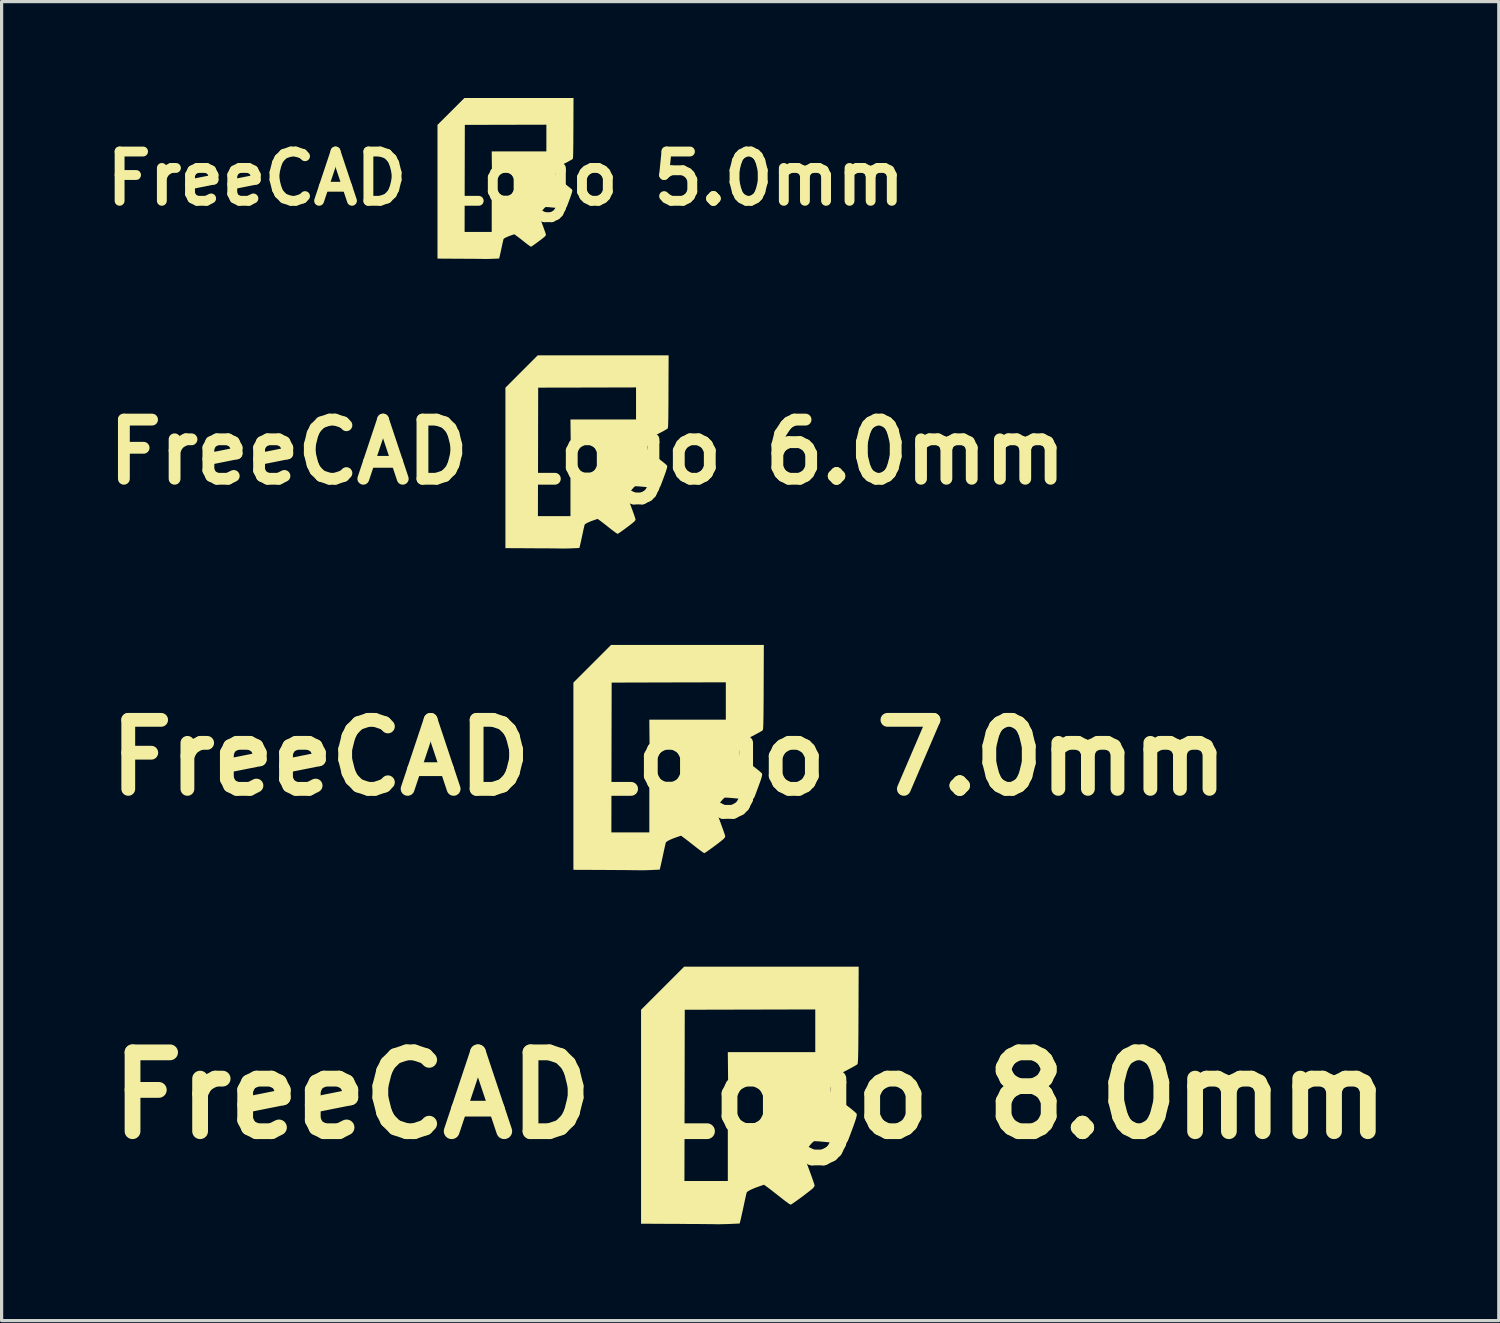
<source format=kicad_pcb>
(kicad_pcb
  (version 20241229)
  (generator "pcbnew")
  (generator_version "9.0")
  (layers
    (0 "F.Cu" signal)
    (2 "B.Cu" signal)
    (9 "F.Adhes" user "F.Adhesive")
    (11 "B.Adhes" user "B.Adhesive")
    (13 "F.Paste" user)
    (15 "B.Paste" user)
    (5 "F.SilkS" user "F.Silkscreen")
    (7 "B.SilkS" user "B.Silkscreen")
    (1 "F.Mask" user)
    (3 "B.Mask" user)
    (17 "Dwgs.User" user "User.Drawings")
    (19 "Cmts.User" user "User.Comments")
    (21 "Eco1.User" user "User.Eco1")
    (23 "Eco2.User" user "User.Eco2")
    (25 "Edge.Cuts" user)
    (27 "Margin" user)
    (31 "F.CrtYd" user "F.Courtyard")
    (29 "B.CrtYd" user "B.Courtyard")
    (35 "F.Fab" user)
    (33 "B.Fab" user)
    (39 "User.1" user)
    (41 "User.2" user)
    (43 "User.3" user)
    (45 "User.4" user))
  (footprint "FreeCAD Logo 5.0mm"
    (layer "F.Cu")
    (at 12.689 2.506)
    (property "Reference" "FreeCAD Logo 5.0mm" (at 0 0 180) (layer "F.SilkS") (effects (font (size 1.534 1.534) (thickness 0.307))))
    (attr board_only exclude_from_pos_files exclude_from_bom)
    (fp_poly (pts (xy 2.107 -1.568) (xy 2.106 -1.386) (xy 2.105 -1.228) (xy 2.105 -1.092) (xy 2.103 -0.977) (xy 2.102 -0.881) (xy 2.101 -0.802) (xy 2.099 -0.74) (xy 2.097 -0.691) (xy 2.095 -0.656) (xy 2.092 -0.631) (xy 2.089 -0.616) (xy 2.086 -0.609) (xy 2.07 -0.597) (xy 2.034 -0.576) (xy 1.983 -0.547) (xy 1.921 -0.513) (xy 1.851 -0.477) (xy 1.84 -0.472) (xy 1.769 -0.435) (xy 1.705 -0.4) (xy 1.652 -0.371) (xy 1.614 -0.348) (xy 1.594 -0.334) (xy 1.593 -0.333) (xy 1.58 -0.306) (xy 1.57 -0.262) (xy 1.564 -0.207) (xy 1.562 -0.15) (xy 1.564 -0.099) (xy 1.571 -0.06) (xy 1.576 -0.048) (xy 1.592 -0.032) (xy 1.625 -0.003) (xy 1.672 0.035) (xy 1.73 0.08) (xy 1.796 0.13) (xy 1.826 0.153) (xy 1.894 0.204) (xy 1.955 0.252) (xy 2.006 0.294) (xy 2.044 0.327) (xy 2.067 0.349) (xy 2.071 0.355) (xy 2.074 0.368) (xy 2.072 0.388) (xy 2.066 0.418) (xy 2.054 0.46) (xy 2.036 0.515) (xy 2.011 0.587) (xy 1.978 0.676) (xy 1.937 0.787) (xy 1.918 0.835) (xy 1.905 0.869) (xy 1.892 0.896) (xy 1.876 0.914) (xy 1.854 0.927) (xy 1.823 0.933) (xy 1.779 0.933) (xy 1.719 0.929) (xy 1.639 0.922) (xy 1.554 0.912) (xy 1.47 0.904) (xy 1.394 0.897) (xy 1.329 0.891) (xy 1.279 0.888) (xy 1.249 0.888) (xy 1.243 0.889) (xy 1.222 0.902) (xy 1.193 0.933) (xy 1.158 0.974) (xy 1.122 1.021) (xy 1.089 1.068) (xy 1.064 1.109) (xy 1.05 1.14) (xy 1.049 1.148) (xy 1.053 1.169) (xy 1.065 1.209) (xy 1.084 1.265) (xy 1.108 1.334) (xy 1.136 1.412) (xy 1.151 1.453) (xy 1.18 1.533) (xy 1.206 1.606) (xy 1.228 1.667) (xy 1.243 1.715) (xy 1.252 1.744) (xy 1.253 1.75) (xy 1.244 1.773) (xy 1.223 1.801) (xy 1.218 1.805) (xy 1.189 1.83) (xy 1.147 1.864) (xy 1.096 1.904) (xy 1.038 1.947) (xy 0.979 1.991) (xy 0.922 2.033) (xy 0.87 2.07) (xy 0.828 2.099) (xy 0.799 2.117) (xy 0.787 2.123) (xy 0.772 2.115) (xy 0.74 2.094) (xy 0.696 2.062) (xy 0.642 2.021) (xy 0.588 1.979) (xy 0.524 1.928) (xy 0.462 1.879) (xy 0.406 1.836) (xy 0.361 1.802) (xy 0.338 1.785) (xy 0.27 1.735) (xy 0.183 1.764) (xy 0.101 1.794) (xy 0.032 1.823) (xy -0.022 1.849) (xy -0.056 1.873) (xy -0.069 1.888) (xy -0.074 1.908) (xy -0.083 1.948) (xy -0.096 2.004) (xy -0.111 2.073) (xy -0.127 2.15) (xy -0.128 2.155) (xy -0.145 2.233) (xy -0.161 2.307) (xy -0.175 2.369) (xy -0.186 2.416) (xy -0.192 2.443) (xy -0.192 2.444) (xy -0.205 2.49) (xy -0.398 2.498) (xy -0.473 2.501) (xy -0.545 2.503) (xy -0.607 2.504) (xy -0.653 2.504) (xy -0.664 2.503) (xy -0.69 2.503) (xy -0.739 2.502) (xy -0.809 2.501) (xy -0.896 2.5) (xy -0.998 2.499) (xy -1.112 2.499) (xy -1.236 2.498) (xy -1.367 2.497) (xy -1.429 2.497) (xy -2.123 2.493) (xy -2.123 1.662) (xy -1.279 1.662) (xy -0.857 1.662) (xy -0.435 1.662) (xy -0.435 1.1) (xy -0.435 0.537) (xy -0.013 0.537) (xy 0.409 0.537) (xy 0.409 0.166) (xy 0.409 -0.204) (xy -0.01 -0.208) (xy -0.428 -0.211) (xy -0.432 -0.527) (xy -0.435 -0.844) (xy 0.415 -0.844) (xy 1.266 -0.844) (xy 1.266 -1.26) (xy 1.266 -1.675) (xy -0.003 -1.672) (xy -1.272 -1.669) (xy -1.276 -0.003) (xy -1.279 1.662) (xy -2.123 1.662) (xy -2.123 0.412) (xy -2.123 -1.669) (xy -1.704 -2.087) (xy -1.285 -2.506) (xy 0.413 -2.506) (xy 2.111 -2.506)) (stroke (width 0) (type solid)) (fill yes) (layer "F.SilkS")))
  (footprint "FreeCAD Logo 8.0mm"
    (layer "F.Cu")
    (at 20.298 31.047)
    (property "Reference" "FreeCAD Logo 8.0mm" (at 0 0 180) (layer "F.SilkS") (effects (font (size 2.454 2.454) (thickness 0.491))))
    (attr board_only exclude_from_pos_files exclude_from_bom)
    (fp_poly (pts (xy 3.371 -2.509) (xy 3.37 -2.218) (xy 3.369 -1.965) (xy 3.367 -1.747) (xy 3.366 -1.563) (xy 3.364 -1.409) (xy 3.361 -1.284) (xy 3.359 -1.184) (xy 3.355 -1.106) (xy 3.352 -1.049) (xy 3.347 -1.01) (xy 3.343 -0.986) (xy 3.338 -0.975) (xy 3.311 -0.955) (xy 3.254 -0.921) (xy 3.173 -0.875) (xy 3.073 -0.822) (xy 2.961 -0.763) (xy 2.945 -0.755) (xy 2.831 -0.696) (xy 2.729 -0.641) (xy 2.644 -0.593) (xy 2.582 -0.557) (xy 2.55 -0.535) (xy 2.548 -0.533) (xy 2.528 -0.49) (xy 2.513 -0.419) (xy 2.503 -0.331) (xy 2.499 -0.24) (xy 2.502 -0.158) (xy 2.513 -0.096) (xy 2.521 -0.077) (xy 2.547 -0.051) (xy 2.6 -0.006) (xy 2.675 0.056) (xy 2.768 0.129) (xy 2.873 0.209) (xy 2.922 0.245) (xy 3.03 0.327) (xy 3.128 0.403) (xy 3.21 0.47) (xy 3.271 0.523) (xy 3.307 0.558) (xy 3.313 0.567) (xy 3.318 0.589) (xy 3.316 0.622) (xy 3.306 0.669) (xy 3.287 0.736) (xy 3.258 0.824) (xy 3.218 0.939) (xy 3.165 1.082) (xy 3.099 1.259) (xy 3.07 1.336) (xy 3.048 1.391) (xy 3.027 1.433) (xy 3.002 1.463) (xy 2.967 1.482) (xy 2.917 1.492) (xy 2.846 1.493) (xy 2.75 1.487) (xy 2.623 1.475) (xy 2.486 1.46) (xy 2.352 1.446) (xy 2.23 1.435) (xy 2.126 1.426) (xy 2.046 1.422) (xy 1.998 1.421) (xy 1.989 1.422) (xy 1.956 1.444) (xy 1.908 1.492) (xy 1.852 1.558) (xy 1.795 1.633) (xy 1.743 1.708) (xy 1.703 1.775) (xy 1.68 1.824) (xy 1.678 1.838) (xy 1.685 1.87) (xy 1.704 1.934) (xy 1.734 2.024) (xy 1.772 2.135) (xy 1.817 2.259) (xy 1.841 2.325) (xy 1.888 2.452) (xy 1.93 2.569) (xy 1.964 2.668) (xy 1.99 2.743) (xy 2.003 2.79) (xy 2.005 2.801) (xy 1.991 2.837) (xy 1.956 2.882) (xy 1.949 2.889) (xy 1.903 2.928) (xy 1.835 2.982) (xy 1.753 3.046) (xy 1.661 3.116) (xy 1.567 3.186) (xy 1.475 3.253) (xy 1.392 3.312) (xy 1.325 3.358) (xy 1.278 3.388) (xy 1.26 3.396) (xy 1.235 3.384) (xy 1.184 3.35) (xy 1.113 3.299) (xy 1.027 3.234) (xy 0.941 3.166) (xy 0.838 3.085) (xy 0.738 3.007) (xy 0.649 2.938) (xy 0.578 2.883) (xy 0.541 2.856) (xy 0.432 2.776) (xy 0.293 2.823) (xy 0.162 2.87) (xy 0.051 2.916) (xy -0.035 2.959) (xy -0.09 2.996) (xy -0.11 3.021) (xy -0.118 3.052) (xy -0.133 3.116) (xy -0.153 3.207) (xy -0.177 3.317) (xy -0.203 3.439) (xy -0.205 3.448) (xy -0.232 3.574) (xy -0.258 3.69) (xy -0.28 3.791) (xy -0.297 3.866) (xy -0.308 3.91) (xy -0.308 3.91) (xy -0.327 3.983) (xy -0.637 3.997) (xy -0.757 4.001) (xy -0.872 4.004) (xy -0.972 4.006) (xy -1.045 4.006) (xy -1.062 4.005) (xy -1.104 4.004) (xy -1.183 4.003) (xy -1.294 4.002) (xy -1.433 4) (xy -1.597 3.999) (xy -1.78 3.998) (xy -1.978 3.997) (xy -2.188 3.995) (xy -2.286 3.995) (xy -3.396 3.989) (xy -3.396 2.66) (xy -2.046 2.66) (xy -1.371 2.66) (xy -0.696 2.66) (xy -0.696 1.76) (xy -0.696 0.859) (xy -0.02 0.859) (xy 0.655 0.859) (xy 0.655 0.266) (xy 0.655 -0.327) (xy -0.015 -0.332) (xy -0.685 -0.338) (xy -0.691 -0.844) (xy -0.696 -1.35) (xy 0.665 -1.35) (xy 2.026 -1.35) (xy 2.026 -2.015) (xy 2.026 -2.68) (xy -0.005 -2.675) (xy -2.036 -2.67) (xy -2.041 -0.005) (xy -2.046 2.66) (xy -3.396 2.66) (xy -3.396 0.66) (xy -3.396 -2.67) (xy -2.726 -3.34) (xy -2.056 -4.01) (xy 0.66 -4.01) (xy 3.377 -4.01)) (stroke (width 0) (type solid)) (fill yes) (layer "F.SilkS")))
  (footprint "FreeCAD Logo 7.0mm"
    (layer "F.Cu")
    (at 17.768 20.531)
    (property "Reference" "FreeCAD Logo 7.0mm" (at 0 0 180) (layer "F.SilkS") (effects (font (size 2.148 2.148) (thickness 0.43))))
    (attr board_only exclude_from_pos_files exclude_from_bom)
    (fp_poly (pts (xy 2.95 -2.196) (xy 2.949 -1.941) (xy 2.948 -1.719) (xy 2.946 -1.529) (xy 2.945 -1.368) (xy 2.943 -1.233) (xy 2.941 -1.123) (xy 2.939 -1.036) (xy 2.936 -0.968) (xy 2.933 -0.918) (xy 2.929 -0.884) (xy 2.925 -0.863) (xy 2.92 -0.853) (xy 2.897 -0.836) (xy 2.848 -0.806) (xy 2.776 -0.766) (xy 2.689 -0.719) (xy 2.591 -0.668) (xy 2.577 -0.66) (xy 2.477 -0.609) (xy 2.388 -0.561) (xy 2.313 -0.519) (xy 2.259 -0.487) (xy 2.231 -0.468) (xy 2.23 -0.466) (xy 2.212 -0.429) (xy 2.199 -0.366) (xy 2.19 -0.29) (xy 2.187 -0.21) (xy 2.189 -0.138) (xy 2.199 -0.084) (xy 2.206 -0.067) (xy 2.228 -0.045) (xy 2.275 -0.005) (xy 2.341 0.049) (xy 2.422 0.113) (xy 2.514 0.183) (xy 2.557 0.214) (xy 2.651 0.286) (xy 2.737 0.353) (xy 2.809 0.411) (xy 2.862 0.458) (xy 2.893 0.489) (xy 2.899 0.496) (xy 2.903 0.515) (xy 2.901 0.544) (xy 2.893 0.586) (xy 2.876 0.644) (xy 2.851 0.721) (xy 2.815 0.821) (xy 2.769 0.947) (xy 2.711 1.102) (xy 2.686 1.169) (xy 2.667 1.217) (xy 2.649 1.254) (xy 2.627 1.28) (xy 2.596 1.297) (xy 2.552 1.306) (xy 2.491 1.307) (xy 2.406 1.301) (xy 2.295 1.29) (xy 2.175 1.277) (xy 2.058 1.265) (xy 1.951 1.255) (xy 1.86 1.248) (xy 1.79 1.244) (xy 1.748 1.243) (xy 1.741 1.244) (xy 1.711 1.263) (xy 1.67 1.306) (xy 1.621 1.363) (xy 1.571 1.429) (xy 1.525 1.495) (xy 1.49 1.553) (xy 1.47 1.596) (xy 1.468 1.608) (xy 1.474 1.636) (xy 1.491 1.692) (xy 1.517 1.771) (xy 1.551 1.868) (xy 1.59 1.976) (xy 1.611 2.034) (xy 1.652 2.146) (xy 1.689 2.248) (xy 1.719 2.334) (xy 1.741 2.401) (xy 1.753 2.441) (xy 1.754 2.45) (xy 1.742 2.483) (xy 1.712 2.521) (xy 1.705 2.528) (xy 1.665 2.562) (xy 1.606 2.61) (xy 1.534 2.666) (xy 1.454 2.726) (xy 1.371 2.788) (xy 1.291 2.846) (xy 1.218 2.898) (xy 1.159 2.939) (xy 1.118 2.964) (xy 1.102 2.972) (xy 1.081 2.961) (xy 1.036 2.931) (xy 0.974 2.886) (xy 0.899 2.829) (xy 0.823 2.77) (xy 0.734 2.7) (xy 0.646 2.631) (xy 0.568 2.57) (xy 0.505 2.523) (xy 0.474 2.499) (xy 0.378 2.429) (xy 0.256 2.47) (xy 0.142 2.511) (xy 0.045 2.552) (xy -0.03 2.589) (xy -0.079 2.622) (xy -0.096 2.643) (xy -0.103 2.671) (xy -0.116 2.727) (xy -0.134 2.806) (xy -0.155 2.902) (xy -0.178 3.009) (xy -0.179 3.017) (xy -0.203 3.127) (xy -0.226 3.229) (xy -0.245 3.317) (xy -0.26 3.383) (xy -0.269 3.421) (xy -0.269 3.421) (xy -0.286 3.485) (xy -0.558 3.497) (xy -0.662 3.501) (xy -0.763 3.504) (xy -0.85 3.505) (xy -0.914 3.505) (xy -0.929 3.505) (xy -0.966 3.504) (xy -1.035 3.503) (xy -1.132 3.502) (xy -1.254 3.5) (xy -1.397 3.499) (xy -1.557 3.498) (xy -1.731 3.497) (xy -1.914 3.496) (xy -2.001 3.495) (xy -2.972 3.491) (xy -2.972 2.327) (xy -1.79 2.327) (xy -1.2 2.327) (xy -0.609 2.327) (xy -0.609 1.54) (xy -0.609 0.752) (xy -0.018 0.752) (xy 0.573 0.752) (xy 0.573 0.233) (xy 0.573 -0.286) (xy -0.013 -0.291) (xy -0.6 -0.295) (xy -0.605 -0.738) (xy -0.609 -1.182) (xy 0.582 -1.182) (xy 1.772 -1.182) (xy 1.772 -1.763) (xy 1.772 -2.345) (xy -0.004 -2.341) (xy -1.781 -2.336) (xy -1.786 -0.004) (xy -1.79 2.327) (xy -2.972 2.327) (xy -2.972 0.577) (xy -2.972 -2.336) (xy -2.386 -2.922) (xy -1.799 -3.509) (xy 0.578 -3.509) (xy 2.955 -3.509)) (stroke (width 0) (type solid)) (fill yes) (layer "F.SilkS")))
  (footprint "FreeCAD Logo 6.0mm"
    (layer "F.Cu")
    (at 15.227 11.018)
    (property "Reference" "FreeCAD Logo 6.0mm" (at 0 0 180) (layer "F.SilkS") (effects (font (size 1.841 1.841) (thickness 0.368))))
    (attr board_only exclude_from_pos_files exclude_from_bom)
    (fp_poly (pts (xy 2.528 -1.882) (xy 2.528 -1.663) (xy 2.527 -1.474) (xy 2.525 -1.31) (xy 2.524 -1.172) (xy 2.523 -1.057) (xy 2.521 -0.963) (xy 2.519 -0.888) (xy 2.517 -0.83) (xy 2.514 -0.787) (xy 2.511 -0.757) (xy 2.507 -0.739) (xy 2.503 -0.731) (xy 2.483 -0.717) (xy 2.441 -0.691) (xy 2.38 -0.657) (xy 2.305 -0.616) (xy 2.221 -0.572) (xy 2.208 -0.566) (xy 2.123 -0.522) (xy 2.046 -0.48) (xy 1.983 -0.445) (xy 1.936 -0.418) (xy 1.912 -0.401) (xy 1.911 -0.4) (xy 1.896 -0.368) (xy 1.885 -0.314) (xy 1.877 -0.249) (xy 1.874 -0.18) (xy 1.877 -0.118) (xy 1.885 -0.072) (xy 1.891 -0.058) (xy 1.91 -0.038) (xy 1.95 -0.004) (xy 2.006 0.042) (xy 2.076 0.096) (xy 2.155 0.157) (xy 2.191 0.184) (xy 2.273 0.245) (xy 2.346 0.302) (xy 2.407 0.352) (xy 2.453 0.392) (xy 2.48 0.419) (xy 2.485 0.425) (xy 2.488 0.442) (xy 2.487 0.466) (xy 2.479 0.502) (xy 2.465 0.552) (xy 2.444 0.618) (xy 2.413 0.704) (xy 2.374 0.812) (xy 2.324 0.944) (xy 2.302 1.002) (xy 2.286 1.043) (xy 2.271 1.075) (xy 2.252 1.097) (xy 2.225 1.112) (xy 2.188 1.119) (xy 2.135 1.12) (xy 2.063 1.115) (xy 1.967 1.106) (xy 1.864 1.095) (xy 1.764 1.084) (xy 1.672 1.076) (xy 1.594 1.07) (xy 1.535 1.066) (xy 1.499 1.066) (xy 1.492 1.066) (xy 1.467 1.083) (xy 1.431 1.119) (xy 1.389 1.169) (xy 1.346 1.225) (xy 1.307 1.281) (xy 1.277 1.331) (xy 1.26 1.368) (xy 1.258 1.378) (xy 1.264 1.402) (xy 1.278 1.451) (xy 1.301 1.518) (xy 1.329 1.601) (xy 1.363 1.694) (xy 1.381 1.744) (xy 1.416 1.839) (xy 1.448 1.927) (xy 1.473 2.001) (xy 1.492 2.058) (xy 1.502 2.092) (xy 1.504 2.1) (xy 1.493 2.128) (xy 1.467 2.161) (xy 1.462 2.166) (xy 1.427 2.196) (xy 1.377 2.237) (xy 1.315 2.285) (xy 1.246 2.337) (xy 1.175 2.39) (xy 1.106 2.44) (xy 1.044 2.484) (xy 0.994 2.519) (xy 0.959 2.541) (xy 0.945 2.547) (xy 0.926 2.538) (xy 0.888 2.513) (xy 0.835 2.474) (xy 0.77 2.425) (xy 0.706 2.375) (xy 0.629 2.314) (xy 0.554 2.255) (xy 0.487 2.203) (xy 0.433 2.162) (xy 0.406 2.142) (xy 0.324 2.082) (xy 0.22 2.117) (xy 0.122 2.152) (xy 0.039 2.187) (xy -0.026 2.219) (xy -0.068 2.247) (xy -0.083 2.266) (xy -0.088 2.289) (xy -0.099 2.337) (xy -0.115 2.405) (xy -0.133 2.488) (xy -0.152 2.58) (xy -0.154 2.586) (xy -0.174 2.68) (xy -0.193 2.768) (xy -0.21 2.843) (xy -0.223 2.9) (xy -0.231 2.932) (xy -0.231 2.932) (xy -0.245 2.987) (xy -0.478 2.998) (xy -0.568 3.001) (xy -0.654 3.003) (xy -0.729 3.004) (xy -0.784 3.004) (xy -0.797 3.004) (xy -0.828 3.003) (xy -0.887 3.002) (xy -0.971 3.001) (xy -1.075 3) (xy -1.197 2.999) (xy -1.335 2.998) (xy -1.483 2.997) (xy -1.641 2.997) (xy -1.715 2.996) (xy -2.547 2.992) (xy -2.547 1.995) (xy -1.535 1.995) (xy -1.028 1.995) (xy -0.522 1.995) (xy -0.522 1.32) (xy -0.522 0.644) (xy -0.015 0.644) (xy 0.491 0.644) (xy 0.491 0.2) (xy 0.491 -0.245) (xy -0.012 -0.249) (xy -0.514 -0.253) (xy -0.518 -0.633) (xy -0.522 -1.013) (xy 0.498 -1.013) (xy 1.519 -1.013) (xy 1.519 -1.512) (xy 1.519 -2.01) (xy -0.004 -2.006) (xy -1.527 -2.003) (xy -1.531 -0.004) (xy -1.535 1.995) (xy -2.547 1.995) (xy -2.547 0.495) (xy -2.547 -2.002) (xy -2.045 -2.505) (xy -1.542 -3.008) (xy 0.495 -3.008) (xy 2.533 -3.008)) (stroke (width 0) (type solid)) (fill yes) (layer "F.SilkS")))
  (gr_rect
    (start -3 -3)
    (end 43.597 38.052)
    (stroke (width 0.1) (type default))
    (fill no)
    (layer "Edge.Cuts")))
</source>
